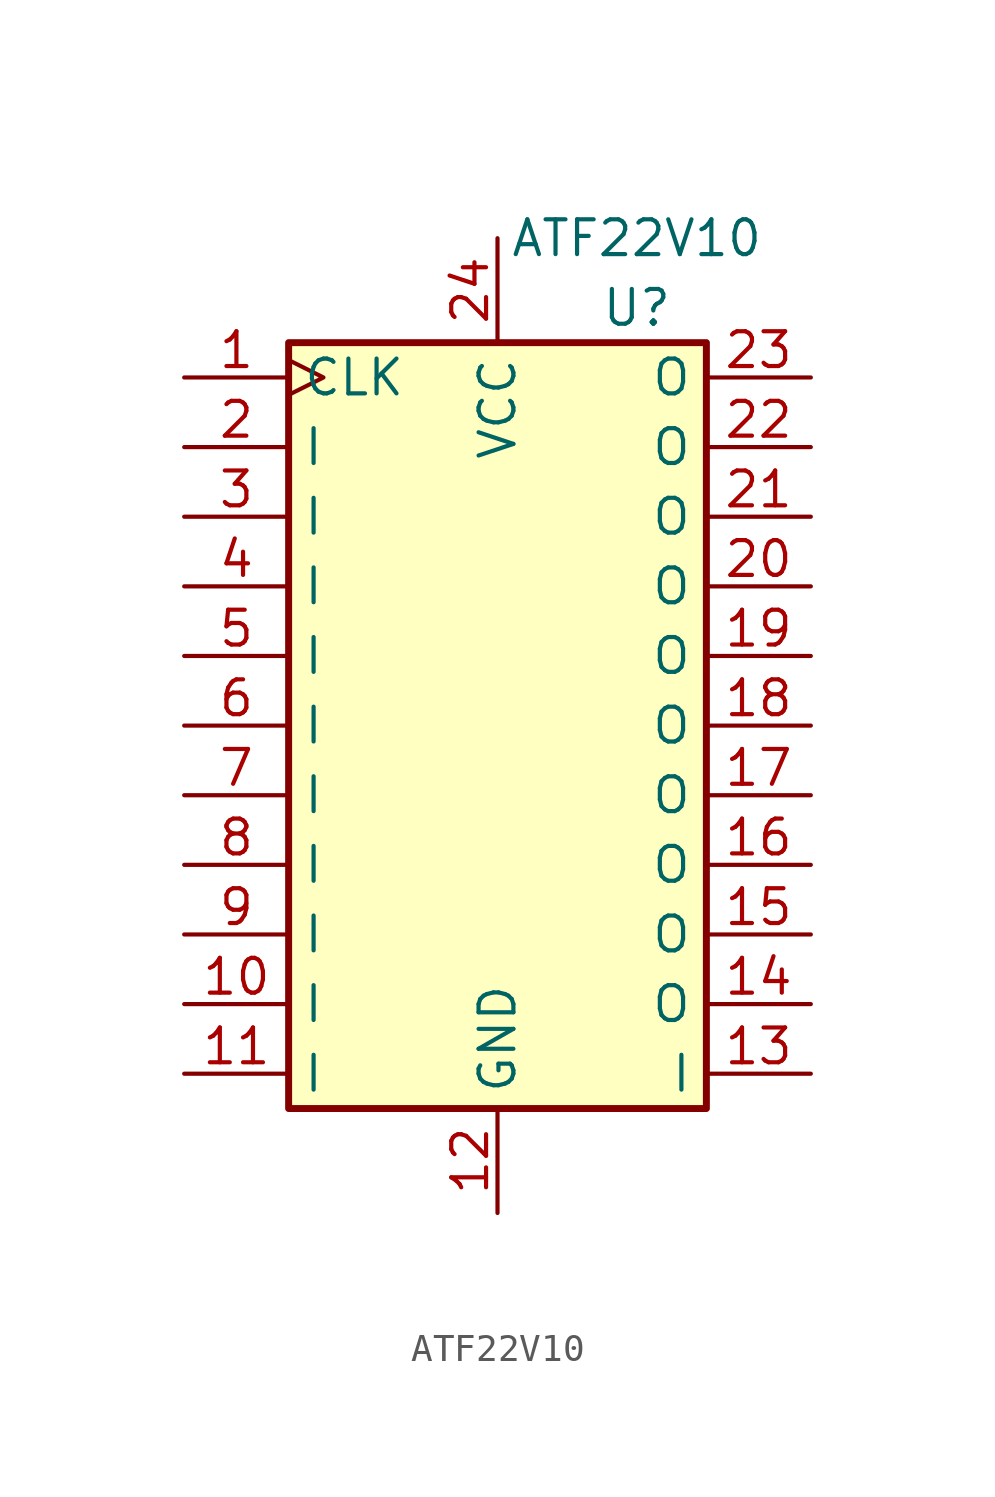
<source format=kicad_sym>
(kicad_symbol_lib
  (version 20241209)
  (generator "kicad_symbol_editor")
  (generator_version "9.0")
  (symbol "ATF22V10"
    (property "Reference" "U"
      (at 5.08 12.7 0)
      (effects (font (size 1.27 1.27))))
    (property "Value" "ATF22V10"
      (at 5.08 15.24 0)
      (effects (font (size 1.27 1.27))))
    (symbol "ATF22V10_0_1"
      (rectangle (start -7.62 11.43) (end 7.62 -16.51) (stroke (width 0.254) (type default)) (fill (type background))))
    (symbol "ATF22V10_1_0"
      (pin power_in line (at 0 15.24 270) (length 3.81) (name "VCC" (effects (font (size 1.27 1.27)))) (number "24" (effects (font (size 1.27 1.27)))))
      (pin power_in line (at 0 -20.32 90) (length 3.81) (name "GND" (effects (font (size 1.27 1.27)))) (number "12" (effects (font (size 1.27 1.27))))))
    (symbol "ATF22V10_1_1"
      (pin input clock (at -11.43 10.16 0) (length 3.81) (name "CLK" (effects (font (size 1.27 1.27)))) (number "1" (effects (font (size 1.27 1.27)))))
      (pin input line (at -11.43 7.62 0) (length 3.81) (name "I" (effects (font (size 1.27 1.27)))) (number "2" (effects (font (size 1.27 1.27)))))
      (pin input line (at -11.43 5.08 0) (length 3.81) (name "I" (effects (font (size 1.27 1.27)))) (number "3" (effects (font (size 1.27 1.27)))))
      (pin input line (at -11.43 2.54 0) (length 3.81) (name "I" (effects (font (size 1.27 1.27)))) (number "4" (effects (font (size 1.27 1.27)))))
      (pin input line (at -11.43 0 0) (length 3.81) (name "I" (effects (font (size 1.27 1.27)))) (number "5" (effects (font (size 1.27 1.27)))))
      (pin input line (at -11.43 -2.54 0) (length 3.81) (name "I" (effects (font (size 1.27 1.27)))) (number "6" (effects (font (size 1.27 1.27)))))
      (pin input line (at -11.43 -5.08 0) (length 3.81) (name "I" (effects (font (size 1.27 1.27)))) (number "7" (effects (font (size 1.27 1.27)))))
      (pin input line (at -11.43 -7.62 0) (length 3.81) (name "I" (effects (font (size 1.27 1.27)))) (number "8" (effects (font (size 1.27 1.27)))))
      (pin input line (at -11.43 -10.16 0) (length 3.81) (name "I" (effects (font (size 1.27 1.27)))) (number "9" (effects (font (size 1.27 1.27)))))
      (pin input line (at -11.43 -12.7 0) (length 3.81) (name "I" (effects (font (size 1.27 1.27)))) (number "10" (effects (font (size 1.27 1.27)))))
      (pin input line (at -11.43 -15.24 0) (length 3.81) (name "I" (effects (font (size 1.27 1.27)))) (number "11" (effects (font (size 1.27 1.27)))))
      (pin bidirectional line (at 11.43 10.16 180) (length 3.81) (name "O" (effects (font (size 1.27 1.27)))) (number "23" (effects (font (size 1.27 1.27)))))
      (pin bidirectional line (at 11.43 7.62 180) (length 3.81) (name "O" (effects (font (size 1.27 1.27)))) (number "22" (effects (font (size 1.27 1.27)))))
      (pin bidirectional line (at 11.43 5.08 180) (length 3.81) (name "O" (effects (font (size 1.27 1.27)))) (number "21" (effects (font (size 1.27 1.27)))))
      (pin bidirectional line (at 11.43 2.54 180) (length 3.81) (name "O" (effects (font (size 1.27 1.27)))) (number "20" (effects (font (size 1.27 1.27)))))
      (pin bidirectional line (at 11.43 0 180) (length 3.81) (name "O" (effects (font (size 1.27 1.27)))) (number "19" (effects (font (size 1.27 1.27)))))
      (pin bidirectional line (at 11.43 -2.54 180) (length 3.81) (name "O" (effects (font (size 1.27 1.27)))) (number "18" (effects (font (size 1.27 1.27)))))
      (pin bidirectional line (at 11.43 -5.08 180) (length 3.81) (name "O" (effects (font (size 1.27 1.27)))) (number "17" (effects (font (size 1.27 1.27)))))
      (pin bidirectional line (at 11.43 -7.62 180) (length 3.81) (name "O" (effects (font (size 1.27 1.27)))) (number "16" (effects (font (size 1.27 1.27)))))
      (pin bidirectional line (at 11.43 -10.16 180) (length 3.81) (name "O" (effects (font (size 1.27 1.27)))) (number "15" (effects (font (size 1.27 1.27)))))
      (pin bidirectional line (at 11.43 -12.7 180) (length 3.81) (name "O" (effects (font (size 1.27 1.27)))) (number "14" (effects (font (size 1.27 1.27)))))
      (pin bidirectional line (at 11.43 -15.24 180) (length 3.81) (name "I" (effects (font (size 1.27 1.27)))) (number "13" (effects (font (size 1.27 1.27))))))))
</source>
